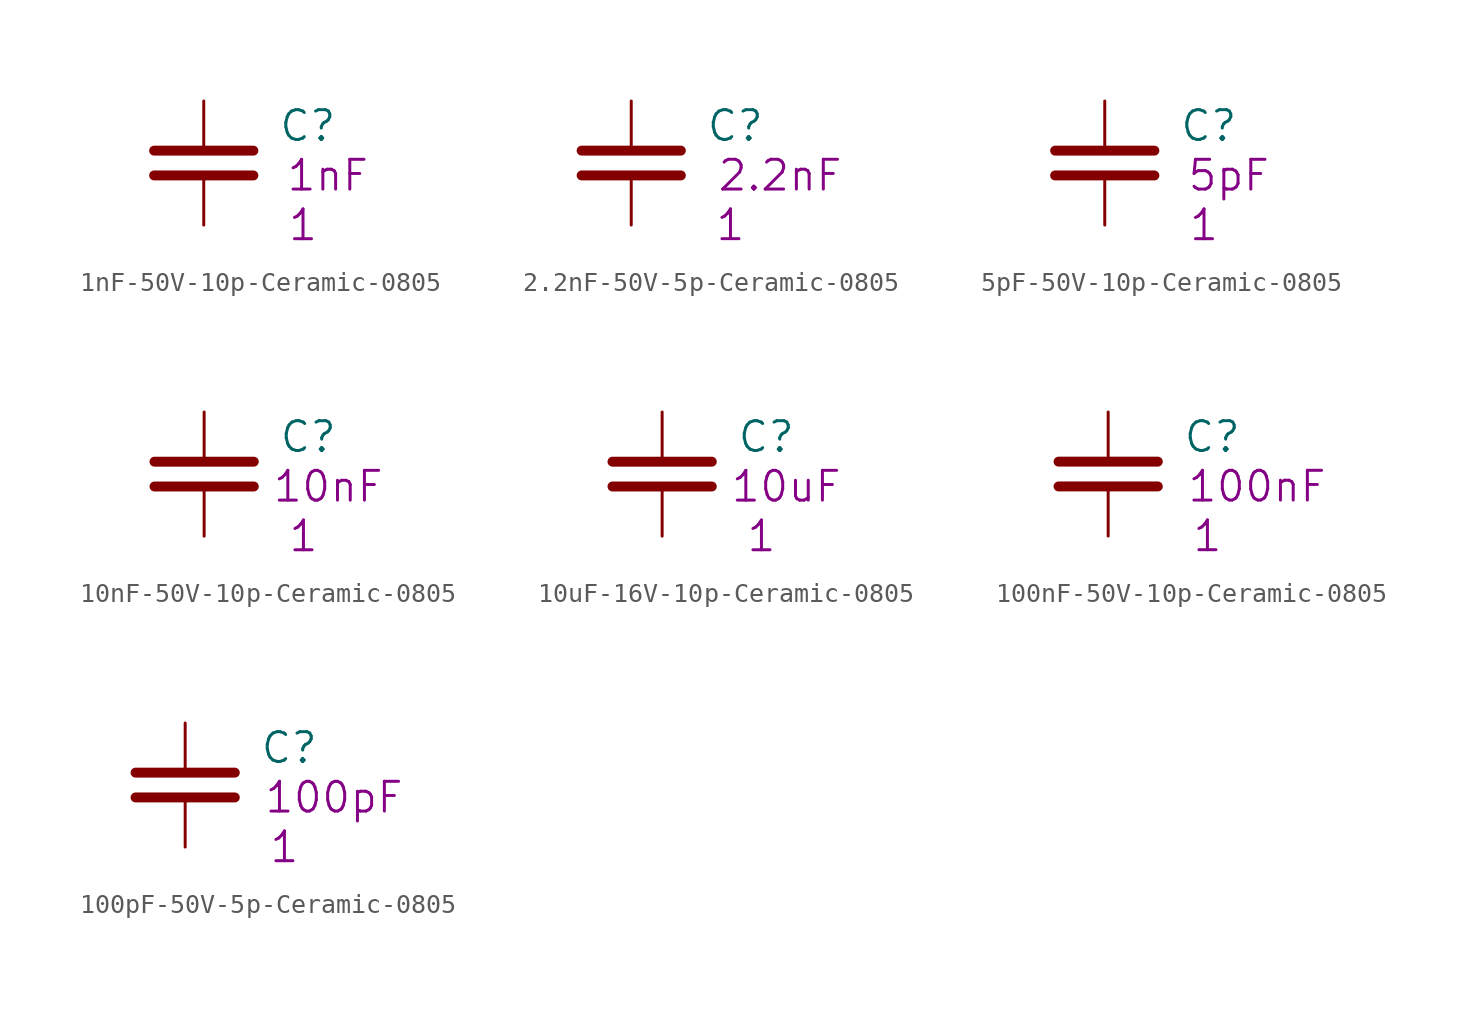
<source format=kicad_sym>
(kicad_symbol_lib
  (version 20201005)
  (generator kicad_symbol_editor)
  (symbol "S_Capacitor_Ceramic_0805:1nF-50V-10p-Ceramic-0805"
    (pin_numbers hide)
    (pin_names
      (offset 0.254))
    (property "Reference" "C"
      (at 3.81 -1.27 0)
      (effects (font (size 1.524 1.524)) (justify left)))
    (property "Datasheet" ""
      (at 0 0 0)
      (effects (font (size 1.524 1.524))))
    (property "Qty" "1"
      (at 5.08 -6.35 0)
      (effects (font (size 1.524 1.524))))
    (property "Desc1" "1nF"
      (at 6.35 -3.81 0)
      (effects (font (size 1.524 1.524))))
    (symbol "1nF-50V-10p-Ceramic-0805_0_1"
      (polyline (pts (xy -2.54 -3.81) (xy 2.54 -3.81)) (stroke (width 0.508)) (fill (type none)))
      (polyline (pts (xy -2.54 -2.54) (xy 2.54 -2.54)) (stroke (width 0.508)) (fill (type none))))
    (symbol "1nF-50V-10p-Ceramic-0805_1_1"
      (pin passive line (at 0 0 270) (length 2.286) (name "~" (effects (font (size 1.016 1.016)))) (number "1" (effects (font (size 1.016 1.016)))))
      (pin passive line (at 0 -6.35 90) (length 2.286) (name "~" (effects (font (size 1.016 1.016)))) (number "2" (effects (font (size 1.016 1.016)))))))
  (symbol "S_Capacitor_Ceramic_0805:2.2nF-50V-5p-Ceramic-0805"
    (pin_numbers hide)
    (pin_names
      (offset 0.254))
    (property "Reference" "C"
      (at 3.81 -1.27 0)
      (effects (font (size 1.524 1.524)) (justify left)))
    (property "Datasheet" ""
      (at 0 0 0)
      (effects (font (size 1.524 1.524))))
    (property "Qty" "1"
      (at 5.08 -6.35 0)
      (effects (font (size 1.524 1.524))))
    (property "Desc1" "2.2nF"
      (at 7.62 -3.81 0)
      (effects (font (size 1.524 1.524))))
    (symbol "2.2nF-50V-5p-Ceramic-0805_0_1"
      (polyline (pts (xy -2.54 -3.81) (xy 2.54 -3.81)) (stroke (width 0.508)) (fill (type none)))
      (polyline (pts (xy -2.54 -2.54) (xy 2.54 -2.54)) (stroke (width 0.508)) (fill (type none))))
    (symbol "2.2nF-50V-5p-Ceramic-0805_1_1"
      (pin passive line (at 0 0 270) (length 2.286) (name "~" (effects (font (size 1.016 1.016)))) (number "1" (effects (font (size 1.016 1.016)))))
      (pin passive line (at 0 -6.35 90) (length 2.286) (name "~" (effects (font (size 1.016 1.016)))) (number "2" (effects (font (size 1.016 1.016)))))))
  (symbol "S_Capacitor_Ceramic_0805:5pF-50V-10p-Ceramic-0805"
    (pin_numbers hide)
    (pin_names
      (offset 0.254))
    (property "Reference" "C"
      (at 3.81 -1.27 0)
      (effects (font (size 1.524 1.524)) (justify left)))
    (property "Datasheet" ""
      (at 0 0 0)
      (effects (font (size 1.524 1.524))))
    (property "Qty" "1"
      (at 5.08 -6.35 0)
      (effects (font (size 1.524 1.524))))
    (property "Desc1" "5pF"
      (at 6.35 -3.81 0)
      (effects (font (size 1.524 1.524))))
    (symbol "5pF-50V-10p-Ceramic-0805_0_1"
      (polyline (pts (xy -2.54 -3.81) (xy 2.54 -3.81)) (stroke (width 0.508)) (fill (type none)))
      (polyline (pts (xy -2.54 -2.54) (xy 2.54 -2.54)) (stroke (width 0.508)) (fill (type none))))
    (symbol "5pF-50V-10p-Ceramic-0805_1_1"
      (pin passive line (at 0 0 270) (length 2.286) (name "~" (effects (font (size 1.016 1.016)))) (number "1" (effects (font (size 1.016 1.016)))))
      (pin passive line (at 0 -6.35 90) (length 2.286) (name "~" (effects (font (size 1.016 1.016)))) (number "2" (effects (font (size 1.016 1.016)))))))
  (symbol "S_Capacitor_Ceramic_0805:10nF-50V-10p-Ceramic-0805"
    (pin_numbers hide)
    (pin_names
      (offset 0.254))
    (property "Reference" "C"
      (at 3.81 -1.27 0)
      (effects (font (size 1.524 1.524)) (justify left)))
    (property "Datasheet" ""
      (at 0 0 0)
      (effects (font (size 1.524 1.524))))
    (property "Qty" "1"
      (at 5.08 -6.35 0)
      (effects (font (size 1.524 1.524))))
    (property "Desc1" "10nF"
      (at 6.35 -3.81 0)
      (effects (font (size 1.524 1.524))))
    (symbol "10nF-50V-10p-Ceramic-0805_0_1"
      (polyline (pts (xy -2.54 -3.81) (xy 2.54 -3.81)) (stroke (width 0.508)) (fill (type none)))
      (polyline (pts (xy -2.54 -2.54) (xy 2.54 -2.54)) (stroke (width 0.508)) (fill (type none))))
    (symbol "10nF-50V-10p-Ceramic-0805_1_1"
      (pin passive line (at 0 0 270) (length 2.286) (name "~" (effects (font (size 1.016 1.016)))) (number "1" (effects (font (size 1.016 1.016)))))
      (pin passive line (at 0 -6.35 90) (length 2.286) (name "~" (effects (font (size 1.016 1.016)))) (number "2" (effects (font (size 1.016 1.016)))))))
  (symbol "S_Capacitor_Ceramic_0805:10uF-16V-10p-Ceramic-0805"
    (pin_numbers hide)
    (pin_names
      (offset 0.254))
    (property "Reference" "C"
      (at 3.81 -1.27 0)
      (effects (font (size 1.524 1.524)) (justify left)))
    (property "Datasheet" ""
      (at 0 0 0)
      (effects (font (size 1.524 1.524))))
    (property "Qty" "1"
      (at 5.08 -6.35 0)
      (effects (font (size 1.524 1.524))))
    (property "Desc1" "10uF"
      (at 6.35 -3.81 0)
      (effects (font (size 1.524 1.524))))
    (symbol "10uF-16V-10p-Ceramic-0805_0_1"
      (polyline (pts (xy -2.54 -3.81) (xy 2.54 -3.81)) (stroke (width 0.508)) (fill (type none)))
      (polyline (pts (xy -2.54 -2.54) (xy 2.54 -2.54)) (stroke (width 0.508)) (fill (type none))))
    (symbol "10uF-16V-10p-Ceramic-0805_1_1"
      (pin passive line (at 0 0 270) (length 2.286) (name "~" (effects (font (size 1.016 1.016)))) (number "1" (effects (font (size 1.016 1.016)))))
      (pin passive line (at 0 -6.35 90) (length 2.286) (name "~" (effects (font (size 1.016 1.016)))) (number "2" (effects (font (size 1.016 1.016)))))))
  (symbol "S_Capacitor_Ceramic_0805:100nF-50V-10p-Ceramic-0805"
    (pin_numbers hide)
    (pin_names
      (offset 0.254))
    (property "Reference" "C"
      (at 3.81 -1.27 0)
      (effects (font (size 1.524 1.524)) (justify left)))
    (property "Datasheet" ""
      (at 0 0 0)
      (effects (font (size 1.524 1.524))))
    (property "Qty" "1"
      (at 5.08 -6.35 0)
      (effects (font (size 1.524 1.524))))
    (property "Desc1" "100nF"
      (at 7.62 -3.81 0)
      (effects (font (size 1.524 1.524))))
    (symbol "100nF-50V-10p-Ceramic-0805_0_1"
      (polyline (pts (xy -2.54 -3.81) (xy 2.54 -3.81)) (stroke (width 0.508)) (fill (type none)))
      (polyline (pts (xy -2.54 -2.54) (xy 2.54 -2.54)) (stroke (width 0.508)) (fill (type none))))
    (symbol "100nF-50V-10p-Ceramic-0805_1_1"
      (pin passive line (at 0 0 270) (length 2.286) (name "~" (effects (font (size 1.016 1.016)))) (number "1" (effects (font (size 1.016 1.016)))))
      (pin passive line (at 0 -6.35 90) (length 2.286) (name "~" (effects (font (size 1.016 1.016)))) (number "2" (effects (font (size 1.016 1.016)))))))
  (symbol "S_Capacitor_Ceramic_0805:100pF-50V-5p-Ceramic-0805"
    (pin_numbers hide)
    (pin_names
      (offset 0.254))
    (property "Reference" "C"
      (at 3.81 -1.27 0)
      (effects (font (size 1.524 1.524)) (justify left)))
    (property "Datasheet" ""
      (at 0 0 0)
      (effects (font (size 1.524 1.524))))
    (property "Qty" "1"
      (at 5.08 -6.35 0)
      (effects (font (size 1.524 1.524))))
    (property "Desc1" "100pF"
      (at 7.62 -3.81 0)
      (effects (font (size 1.524 1.524))))
    (symbol "100pF-50V-5p-Ceramic-0805_0_1"
      (polyline (pts (xy -2.54 -3.81) (xy 2.54 -3.81)) (stroke (width 0.508)) (fill (type none)))
      (polyline (pts (xy -2.54 -2.54) (xy 2.54 -2.54)) (stroke (width 0.508)) (fill (type none))))
    (symbol "100pF-50V-5p-Ceramic-0805_1_1"
      (pin passive line (at 0 0 270) (length 2.286) (name "~" (effects (font (size 1.016 1.016)))) (number "1" (effects (font (size 1.016 1.016)))))
      (pin passive line (at 0 -6.35 90) (length 2.286) (name "~" (effects (font (size 1.016 1.016)))) (number "2" (effects (font (size 1.016 1.016))))))))
</source>
